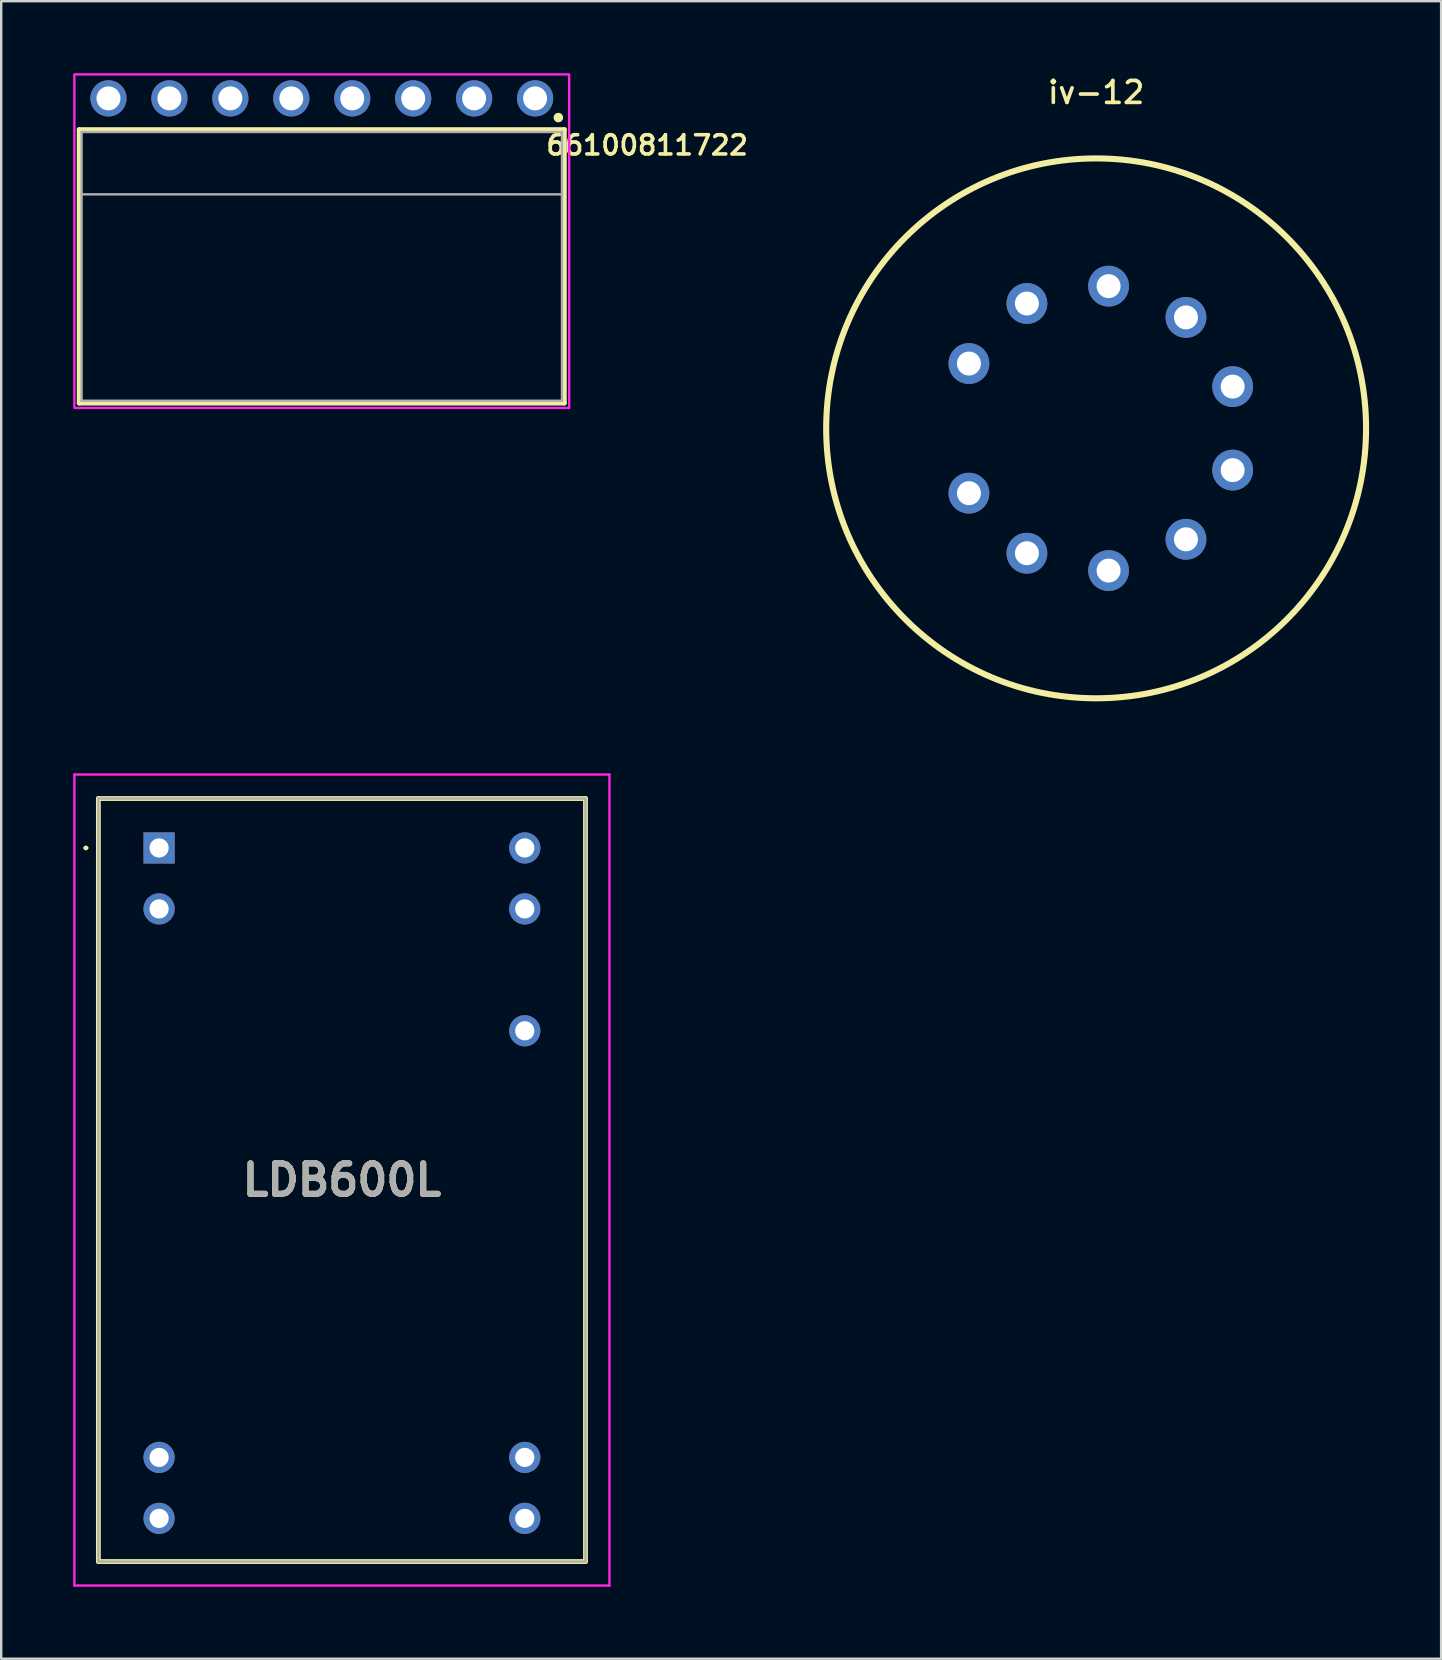
<source format=kicad_pcb>
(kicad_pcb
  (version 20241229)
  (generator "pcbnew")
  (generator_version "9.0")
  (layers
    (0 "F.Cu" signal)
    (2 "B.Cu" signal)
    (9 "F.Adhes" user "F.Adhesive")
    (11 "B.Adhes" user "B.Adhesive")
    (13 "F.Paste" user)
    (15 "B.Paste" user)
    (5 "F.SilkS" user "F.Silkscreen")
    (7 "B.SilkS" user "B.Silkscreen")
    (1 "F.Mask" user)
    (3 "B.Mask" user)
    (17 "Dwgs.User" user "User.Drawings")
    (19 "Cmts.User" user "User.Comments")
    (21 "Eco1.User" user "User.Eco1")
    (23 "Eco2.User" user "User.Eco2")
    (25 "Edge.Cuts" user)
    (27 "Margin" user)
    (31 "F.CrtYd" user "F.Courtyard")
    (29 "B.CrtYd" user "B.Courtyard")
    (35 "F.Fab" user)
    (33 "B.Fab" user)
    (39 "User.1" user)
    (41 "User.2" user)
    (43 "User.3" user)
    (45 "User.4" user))
  (footprint "66100811722"
    (layer "F.Cu")
    (at 10.36 3.75)
    (property "Reference" "66100811722" (at 13.56 -0.748 0) (layer "F.SilkS") (effects (font (size 0.8 0.8) (thickness 0.15))))
    (attr through_hole)
    (fp_line (start -10.11 -1.4) (end 10.11 -1.4) (stroke (width 0.2) (type solid)) (layer "F.SilkS"))
    (fp_line (start -10.11 10) (end -10.11 -1.4) (stroke (width 0.2) (type solid)) (layer "F.SilkS"))
    (fp_line (start 10.11 -1.4) (end 10.11 10) (stroke (width 0.2) (type solid)) (layer "F.SilkS"))
    (fp_line (start 10.11 10) (end -10.11 10) (stroke (width 0.2) (type solid)) (layer "F.SilkS"))
    (fp_circle (center 9.86 -1.9) (end 9.96 -1.9) (stroke (width 0.2) (type solid)) (fill no) (layer "F.SilkS"))
    (fp_poly (pts (xy -10.31 -3.7) (xy 10.31 -3.7) (xy 10.31 10.2) (xy -10.31 10.2)) (stroke (width 0.1) (type solid)) (fill no) (layer "F.CrtYd"))
    (fp_line (start -10.01 -1.3) (end -10.01 1.3) (stroke (width 0.1) (type solid)) (layer "F.Fab"))
    (fp_line (start -10.01 -1.3) (end 10.01 -1.3) (stroke (width 0.1) (type solid)) (layer "F.Fab"))
    (fp_line (start -10.01 1.3) (end -10.01 9.9) (stroke (width 0.1) (type solid)) (layer "F.Fab"))
    (fp_line (start -10.01 1.3) (end 10.01 1.3) (stroke (width 0.1) (type solid)) (layer "F.Fab"))
    (fp_line (start -10.01 9.9) (end 10.01 9.9) (stroke (width 0.1) (type solid)) (layer "F.Fab"))
    (fp_line (start 10.01 -1.3) (end 10.01 1.3) (stroke (width 0.1) (type solid)) (layer "F.Fab"))
    (fp_line (start 10.01 1.3) (end 10.01 9.9) (stroke (width 0.1) (type solid)) (layer "F.Fab"))
    (pad "1" thru_hole circle (at 8.89 -2.7) (size 1.508 1.508) (drill 1) (layers "*.Cu" "*.Mask"))
    (pad "2" thru_hole circle (at 6.35 -2.7) (size 1.508 1.508) (drill 1) (layers "*.Cu" "*.Mask"))
    (pad "3" thru_hole circle (at 3.81 -2.7) (size 1.508 1.508) (drill 1) (layers "*.Cu" "*.Mask"))
    (pad "4" thru_hole circle (at 1.27 -2.7) (size 1.508 1.508) (drill 1) (layers "*.Cu" "*.Mask"))
    (pad "5" thru_hole circle (at -1.27 -2.7) (size 1.508 1.508) (drill 1) (layers "*.Cu" "*.Mask"))
    (pad "6" thru_hole circle (at -3.81 -2.7) (size 1.508 1.508) (drill 1) (layers "*.Cu" "*.Mask"))
    (pad "7" thru_hole circle (at -6.35 -2.7) (size 1.508 1.508) (drill 1) (layers "*.Cu" "*.Mask"))
    (pad "8" thru_hole circle (at -8.89 -2.7) (size 1.508 1.508) (drill 1) (layers "*.Cu" "*.Mask")))
  (footprint "LDB600L"
    (layer "F.Cu")
    (at 3.58 32.289)
    (property "Reference" "LDB600L" (at 7.62 13.84 0) (layer "F.SilkS") (effects (font (size 1.27 1.27) (thickness 0.254))))
    (attr through_hole)
    (fp_line (start -3.1 0) (end -3.1 0) (stroke (width 0.1) (type solid)) (layer "F.SilkS"))
    (fp_line (start -3 0) (end -3 0) (stroke (width 0.1) (type solid)) (layer "F.SilkS"))
    (fp_line (start -2.53 -2.06) (end -2.53 29.74) (stroke (width 0.2) (type solid)) (layer "F.SilkS"))
    (fp_line (start -2.53 29.74) (end 17.77 29.74) (stroke (width 0.2) (type solid)) (layer "F.SilkS"))
    (fp_line (start 17.77 -2.06) (end -2.53 -2.06) (stroke (width 0.2) (type solid)) (layer "F.SilkS"))
    (fp_line (start 17.77 29.74) (end 17.77 -2.06) (stroke (width 0.2) (type solid)) (layer "F.SilkS"))
    (fp_arc (start -3.1 0) (mid -3.05 -0.05) (end -3 0) (stroke (width 0.1) (type solid)) (layer "F.SilkS"))
    (fp_arc (start -3 0) (mid -3.05 0.05) (end -3.1 0) (stroke (width 0.1) (type solid)) (layer "F.SilkS"))
    (fp_line (start -3.53 -3.06) (end -3.53 30.74) (stroke (width 0.1) (type solid)) (layer "F.CrtYd"))
    (fp_line (start -3.53 30.74) (end 18.77 30.74) (stroke (width 0.1) (type solid)) (layer "F.CrtYd"))
    (fp_line (start 18.77 -3.06) (end -3.53 -3.06) (stroke (width 0.1) (type solid)) (layer "F.CrtYd"))
    (fp_line (start 18.77 30.74) (end 18.77 -3.06) (stroke (width 0.1) (type solid)) (layer "F.CrtYd"))
    (fp_line (start -2.53 -2.06) (end 17.77 -2.06) (stroke (width 0.1) (type solid)) (layer "F.Fab"))
    (fp_line (start -2.53 29.74) (end -2.53 -2.06) (stroke (width 0.1) (type solid)) (layer "F.Fab"))
    (fp_line (start 17.77 -2.06) (end 17.77 29.74) (stroke (width 0.1) (type solid)) (layer "F.Fab"))
    (fp_line (start 17.77 29.74) (end -2.53 29.74) (stroke (width 0.1) (type solid)) (layer "F.Fab"))
    (fp_text user "${REFERENCE}" (at 7.62 13.84 0) (layer "F.Fab") (effects (font (size 1.27 1.27) (thickness 0.254))))
    (pad "1" thru_hole rect (at 0 0) (size 1.3 1.3) (drill 0.8) (layers "*.Cu" "*.Mask"))
    (pad "2" thru_hole circle (at 0 2.54) (size 1.3 1.3) (drill 0.8) (layers "*.Cu" "*.Mask"))
    (pad "11" thru_hole circle (at 0 25.4) (size 1.3 1.3) (drill 0.8) (layers "*.Cu" "*.Mask"))
    (pad "12" thru_hole circle (at 0 27.94) (size 1.3 1.3) (drill 0.8) (layers "*.Cu" "*.Mask"))
    (pad "13" thru_hole circle (at 15.24 27.94) (size 1.3 1.3) (drill 0.8) (layers "*.Cu" "*.Mask"))
    (pad "14" thru_hole circle (at 15.24 25.4) (size 1.3 1.3) (drill 0.8) (layers "*.Cu" "*.Mask"))
    (pad "21" thru_hole circle (at 15.24 7.62) (size 1.3 1.3) (drill 0.8) (layers "*.Cu" "*.Mask"))
    (pad "23" thru_hole circle (at 15.24 2.54) (size 1.3 1.3) (drill 0.8) (layers "*.Cu" "*.Mask"))
    (pad "24" thru_hole circle (at 15.24 0) (size 1.3 1.3) (drill 0.8) (layers "*.Cu" "*.Mask")))
  (footprint "iv-12"
    (layer "F.Cu")
    (at 42.632 14.802)
    (property "Reference" "iv-12" (at 0 -14 0) (layer "F.SilkS") (effects (font (size 0.914 0.914) (thickness 0.152))))
    (fp_circle (center 0 0) (end 11.25 0) (stroke (width 0.254) (type default)) (fill no) (layer "F.SilkS"))
    (pad "1" thru_hole oval (at -5.301 -2.701) (size 1.7 1.7) (drill 1) (layers "*.Cu" "*.Mask"))
    (pad "2" thru_hole oval (at -2.885 -5.204) (size 1.7 1.7) (drill 1) (layers "*.Cu" "*.Mask"))
    (pad "3" thru_hole oval (at 0.519 -5.927) (size 1.7 1.7) (drill 1) (layers "*.Cu" "*.Mask"))
    (pad "4" thru_hole oval (at 3.744 -4.624) (size 1.7 1.7) (drill 1) (layers "*.Cu" "*.Mask"))
    (pad "5" thru_hole oval (at 5.69 -1.74) (size 1.7 1.7) (drill 1) (layers "*.Cu" "*.Mask"))
    (pad "6" thru_hole oval (at 5.69 1.74) (size 1.7 1.7) (drill 1) (layers "*.Cu" "*.Mask"))
    (pad "7" thru_hole oval (at 3.744 4.624) (size 1.7 1.7) (drill 1) (layers "*.Cu" "*.Mask"))
    (pad "8" thru_hole oval (at 0.519 5.927) (size 1.7 1.7) (drill 1) (layers "*.Cu" "*.Mask"))
    (pad "9" thru_hole oval (at -2.885 5.204) (size 1.7 1.7) (drill 1) (layers "*.Cu" "*.Mask"))
    (pad "10" thru_hole oval (at -5.301 2.701) (size 1.7 1.7) (drill 1) (layers "*.Cu" "*.Mask")))
  (gr_rect
    (start -3 -3)
    (end 57.009 66.079)
    (stroke (width 0.1) (type default))
    (fill no)
    (layer "Edge.Cuts")))
</source>
